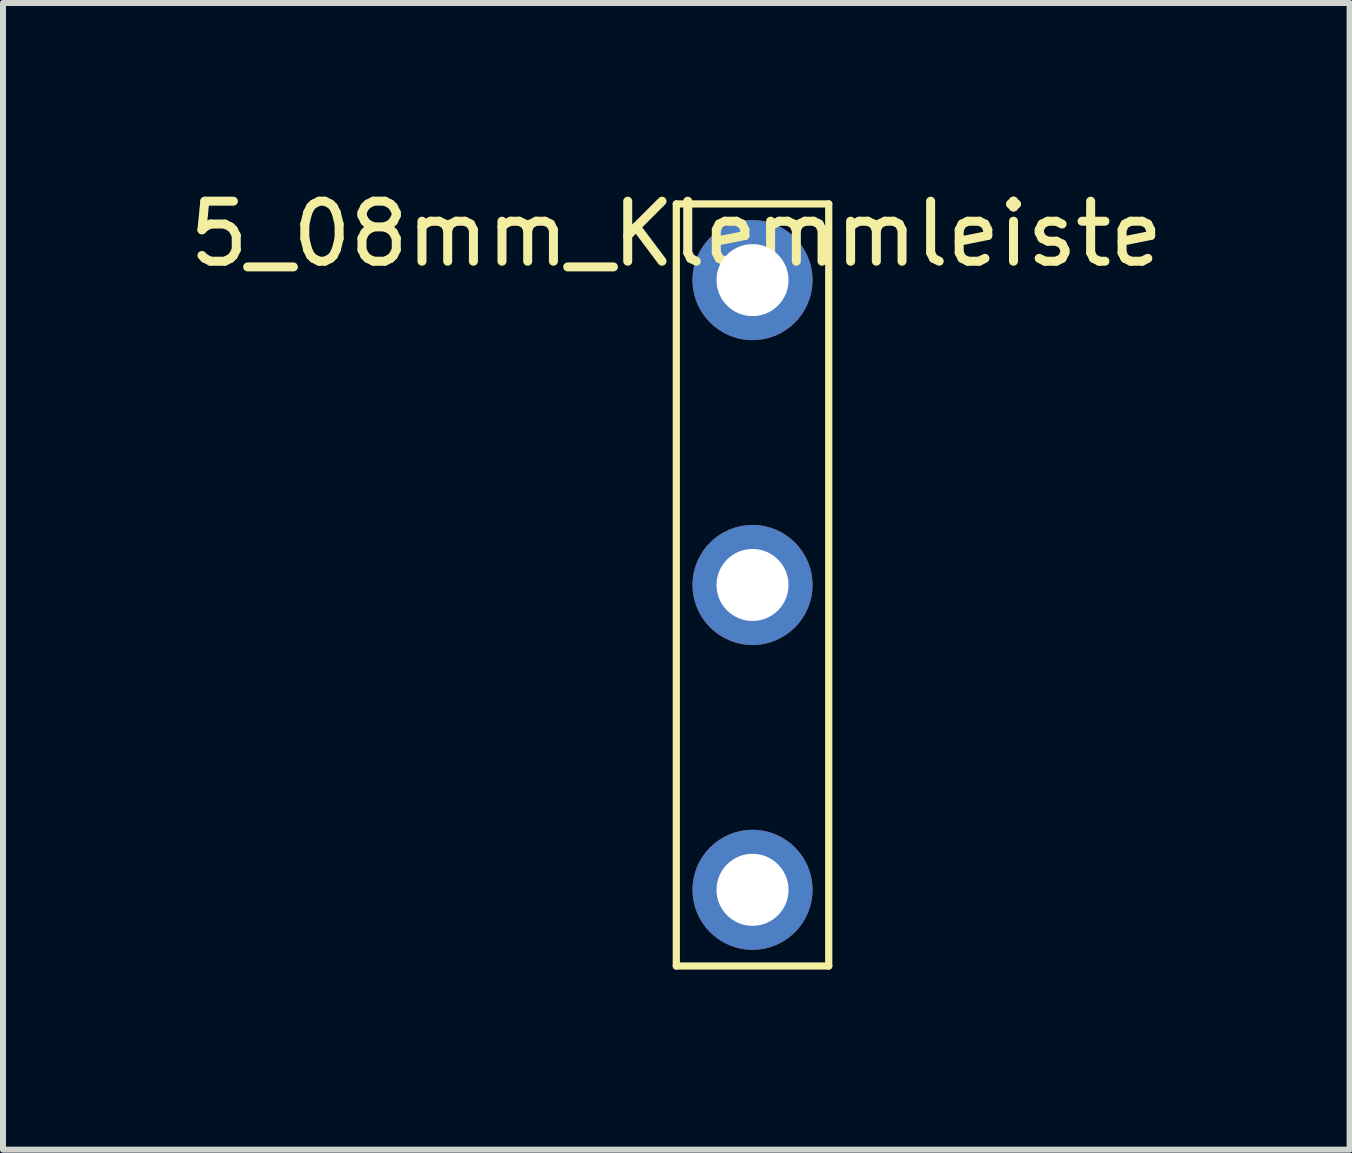
<source format=kicad_pcb>
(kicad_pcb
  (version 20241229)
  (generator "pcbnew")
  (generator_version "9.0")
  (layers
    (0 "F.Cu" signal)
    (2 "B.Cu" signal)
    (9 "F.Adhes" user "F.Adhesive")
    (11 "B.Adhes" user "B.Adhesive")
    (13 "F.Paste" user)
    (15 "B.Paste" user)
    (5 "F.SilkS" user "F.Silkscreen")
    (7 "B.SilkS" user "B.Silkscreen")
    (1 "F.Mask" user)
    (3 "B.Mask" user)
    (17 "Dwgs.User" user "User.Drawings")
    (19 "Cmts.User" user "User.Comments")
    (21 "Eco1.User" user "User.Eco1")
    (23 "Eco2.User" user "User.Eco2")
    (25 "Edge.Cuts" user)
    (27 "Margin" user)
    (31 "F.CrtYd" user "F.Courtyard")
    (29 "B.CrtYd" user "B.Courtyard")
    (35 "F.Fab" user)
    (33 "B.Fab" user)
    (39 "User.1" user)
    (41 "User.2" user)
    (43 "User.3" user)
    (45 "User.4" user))
  (footprint "5_08mm_Klemmleiste"
    (layer "F.Cu")
    (at 8.22 0.348)
    (property "Reference" "5_08mm_Klemmleiste" (at 0 0.5 0) (layer "F.SilkS") (effects (font (size 1 1) (thickness 0.15))))
    (attr through_hole)
    (fp_line (start 0 0) (end 2.54 0) (stroke (width 0.12) (type solid)) (layer "F.SilkS"))
    (fp_line (start 0 12.7) (end 0 0) (stroke (width 0.12) (type solid)) (layer "F.SilkS"))
    (fp_line (start 2.54 0) (end 2.54 12.7) (stroke (width 0.12) (type solid)) (layer "F.SilkS"))
    (fp_line (start 2.54 12.7) (end 0 12.7) (stroke (width 0.12) (type solid)) (layer "F.SilkS"))
    (pad "1" thru_hole circle (at 1.27 1.27) (size 2 2) (drill 1.2) (layers "*.Cu" "*.Mask"))
    (pad "2" thru_hole circle (at 1.27 6.35) (size 2 2) (drill 1.2) (layers "*.Cu" "*.Mask"))
    (pad "3" thru_hole circle (at 1.27 11.43) (size 2 2) (drill 1.2) (layers "*.Cu" "*.Mask")))
  (gr_rect
    (start -3 -3)
    (end 19.44 16.108)
    (stroke (width 0.1) (type default))
    (fill no)
    (layer "Edge.Cuts")))
</source>
